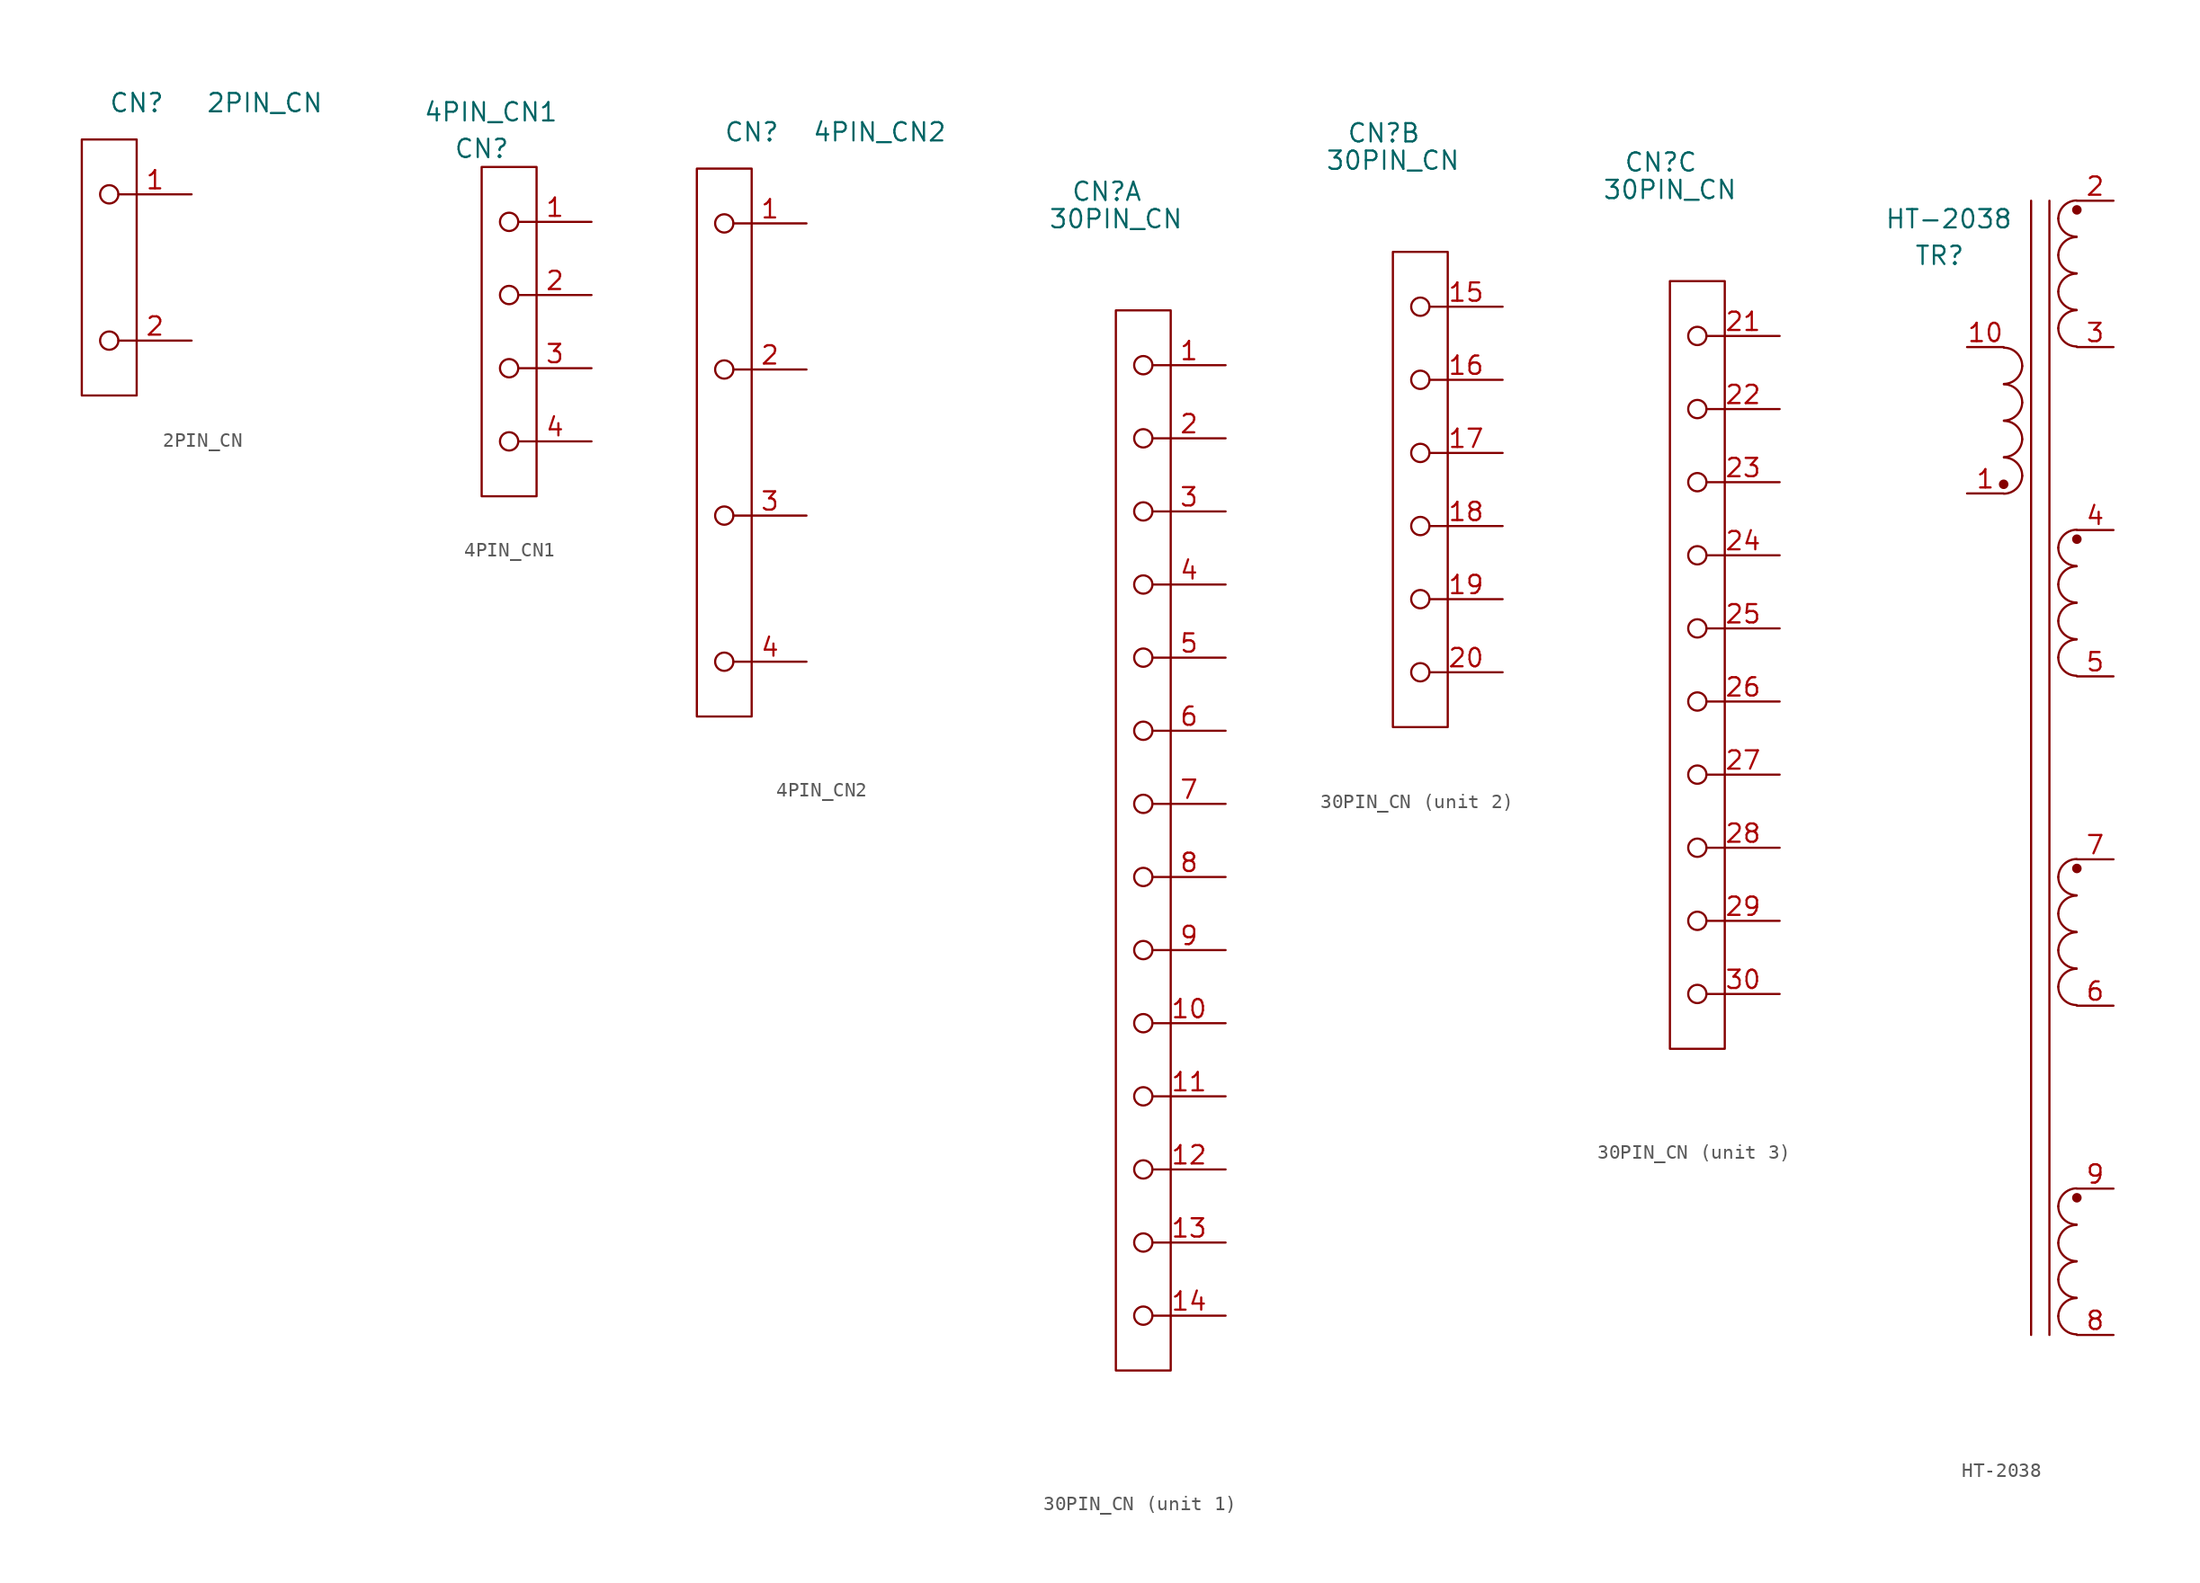
<source format=kicad_sym>
(kicad_symbol_lib
  (version 20241209)
  (generator "kicad_symbol_editor")
  (generator_version "9.0")
  (symbol "2PIN_CN"
    (property "Reference" "CN"
      (at 3.81 2.54 0)
      (effects (font (size 1.27 1.27))))
    (property "Value" "2PIN_CN"
      (at 12.7 2.54 0)
      (effects (font (size 1.27 1.27))))
    (symbol "2PIN_CN_0_0"
      (pin passive line (at 7.62 -3.81 180) (length 5.08) (name "" (effects (font (size 1.27 1.27)))) (number "1" (effects (font (size 1.27 1.27)))))
      (pin passive line (at 7.62 -13.97 180) (length 5.08) (name "" (effects (font (size 1.27 1.27)))) (number "2" (effects (font (size 1.27 1.27))))))
    (symbol "2PIN_CN_0_1"
      (rectangle (start 0 0) (end 3.81 -17.78) (stroke (width 0) (type default)) (fill (type none)))
      (circle (center 1.905 -3.81) (radius 0.635) (stroke (width 0) (type default)) (fill (type none)))
      (circle (center 1.905 -13.97) (radius 0.635) (stroke (width 0) (type default)) (fill (type none)))))
  (symbol "4PIN_CN1"
    (property "Reference" "CN"
      (at 0 1.27 0)
      (effects (font (size 1.27 1.27))))
    (property "Value" "4PIN_CN1"
      (at 0.635 3.81 0)
      (effects (font (size 1.27 1.27))))
    (symbol "4PIN_CN1_0_0"
      (pin passive line (at 7.62 -3.81 180) (length 5.08) (name "" (effects (font (size 1.27 1.27)))) (number "1" (effects (font (size 1.27 1.27)))))
      (pin passive line (at 7.62 -8.89 180) (length 5.08) (name "" (effects (font (size 1.27 1.27)))) (number "2" (effects (font (size 1.27 1.27)))))
      (pin passive line (at 7.62 -13.97 180) (length 5.08) (name "" (effects (font (size 1.27 1.27)))) (number "3" (effects (font (size 1.27 1.27)))))
      (pin passive line (at 7.62 -19.05 180) (length 5.08) (name "" (effects (font (size 1.27 1.27)))) (number "4" (effects (font (size 1.27 1.27))))))
    (symbol "4PIN_CN1_0_1"
      (rectangle (start 0 0) (end 3.81 -22.86) (stroke (width 0) (type default)) (fill (type none)))
      (circle (center 1.905 -3.81) (radius 0.635) (stroke (width 0) (type default)) (fill (type none)))
      (circle (center 1.905 -8.89) (radius 0.635) (stroke (width 0) (type default)) (fill (type none)))
      (circle (center 1.905 -13.97) (radius 0.635) (stroke (width 0) (type default)) (fill (type none)))
      (circle (center 1.905 -19.05) (radius 0.635) (stroke (width 0) (type default)) (fill (type none)))))
  (symbol "4PIN_CN2"
    (property "Reference" "CN"
      (at 3.81 2.54 0)
      (effects (font (size 1.27 1.27))))
    (property "Value" "4PIN_CN2"
      (at 12.7 2.54 0)
      (effects (font (size 1.27 1.27))))
    (symbol "4PIN_CN2_0_0"
      (pin passive line (at 7.62 -3.81 180) (length 5.08) (name "" (effects (font (size 1.27 1.27)))) (number "1" (effects (font (size 1.27 1.27)))))
      (pin passive line (at 7.62 -13.97 180) (length 5.08) (name "" (effects (font (size 1.27 1.27)))) (number "2" (effects (font (size 1.27 1.27)))))
      (pin passive line (at 7.62 -24.13 180) (length 5.08) (name "" (effects (font (size 1.27 1.27)))) (number "3" (effects (font (size 1.27 1.27)))))
      (pin passive line (at 7.62 -34.29 180) (length 5.08) (name "" (effects (font (size 1.27 1.27)))) (number "4" (effects (font (size 1.27 1.27))))))
    (symbol "4PIN_CN2_0_1"
      (rectangle (start 0 0) (end 3.81 -38.1) (stroke (width 0) (type default)) (fill (type none)))
      (circle (center 1.905 -3.81) (radius 0.635) (stroke (width 0) (type default)) (fill (type none)))
      (circle (center 1.905 -13.97) (radius 0.635) (stroke (width 0) (type default)) (fill (type none)))
      (circle (center 1.905 -24.13) (radius 0.635) (stroke (width 0) (type default)) (fill (type none)))
      (circle (center 1.905 -34.29) (radius 0.635) (stroke (width 0) (type default)) (fill (type none)))))
  (symbol "30PIN_CN"
    (property "Reference" "CN"
      (at -0.635 8.255 0)
      (effects (font (size 1.27 1.27))))
    (property "Value" "30PIN_CN"
      (at 0 6.35 0)
      (effects (font (size 1.27 1.27))))
    (property "ki_locked" ""
      (at 0 0 0)
      (effects (font (size 1.27 1.27))))
    (symbol "30PIN_CN_1_0"
      (pin passive line (at 7.62 -3.81 180) (length 5.08) (name "" (effects (font (size 1.27 1.27)))) (number "1" (effects (font (size 1.27 1.27)))))
      (pin passive line (at 7.62 -8.89 180) (length 5.08) (name "" (effects (font (size 1.27 1.27)))) (number "2" (effects (font (size 1.27 1.27)))))
      (pin passive line (at 7.62 -13.97 180) (length 5.08) (name "" (effects (font (size 1.27 1.27)))) (number "3" (effects (font (size 1.27 1.27)))))
      (pin passive line (at 7.62 -19.05 180) (length 5.08) (name "" (effects (font (size 1.27 1.27)))) (number "4" (effects (font (size 1.27 1.27)))))
      (pin passive line (at 7.62 -24.13 180) (length 5.08) (name "" (effects (font (size 1.27 1.27)))) (number "5" (effects (font (size 1.27 1.27)))))
      (pin passive line (at 7.62 -29.21 180) (length 5.08) (name "" (effects (font (size 1.27 1.27)))) (number "6" (effects (font (size 1.27 1.27)))))
      (pin passive line (at 7.62 -34.29 180) (length 5.08) (name "" (effects (font (size 1.27 1.27)))) (number "7" (effects (font (size 1.27 1.27)))))
      (pin passive line (at 7.62 -39.37 180) (length 5.08) (name "" (effects (font (size 1.27 1.27)))) (number "8" (effects (font (size 1.27 1.27)))))
      (pin passive line (at 7.62 -44.45 180) (length 5.08) (name "" (effects (font (size 1.27 1.27)))) (number "9" (effects (font (size 1.27 1.27)))))
      (pin passive line (at 7.62 -49.53 180) (length 5.08) (name "" (effects (font (size 1.27 1.27)))) (number "10" (effects (font (size 1.27 1.27)))))
      (pin passive line (at 7.62 -54.61 180) (length 5.08) (name "" (effects (font (size 1.27 1.27)))) (number "11" (effects (font (size 1.27 1.27)))))
      (pin passive line (at 7.62 -59.69 180) (length 5.08) (name "" (effects (font (size 1.27 1.27)))) (number "12" (effects (font (size 1.27 1.27)))))
      (pin passive line (at 7.62 -64.77 180) (length 5.08) (name "" (effects (font (size 1.27 1.27)))) (number "13" (effects (font (size 1.27 1.27)))))
      (pin passive line (at 7.62 -69.85 180) (length 5.08) (name "" (effects (font (size 1.27 1.27)))) (number "14" (effects (font (size 1.27 1.27))))))
    (symbol "30PIN_CN_1_1"
      (rectangle (start 0 0) (end 3.81 -73.66) (stroke (width 0) (type default)) (fill (type none)))
      (circle (center 1.905 -3.81) (radius 0.635) (stroke (width 0) (type default)) (fill (type none)))
      (circle (center 1.905 -8.89) (radius 0.635) (stroke (width 0) (type default)) (fill (type none)))
      (circle (center 1.905 -13.97) (radius 0.635) (stroke (width 0) (type default)) (fill (type none)))
      (circle (center 1.905 -19.05) (radius 0.635) (stroke (width 0) (type default)) (fill (type none)))
      (circle (center 1.905 -24.13) (radius 0.635) (stroke (width 0) (type default)) (fill (type none)))
      (circle (center 1.905 -29.21) (radius 0.635) (stroke (width 0) (type default)) (fill (type none)))
      (circle (center 1.905 -34.29) (radius 0.635) (stroke (width 0) (type default)) (fill (type none)))
      (circle (center 1.905 -39.37) (radius 0.635) (stroke (width 0) (type default)) (fill (type none)))
      (circle (center 1.905 -44.45) (radius 0.635) (stroke (width 0) (type default)) (fill (type none)))
      (circle (center 1.905 -49.53) (radius 0.635) (stroke (width 0) (type default)) (fill (type none)))
      (circle (center 1.905 -54.61) (radius 0.635) (stroke (width 0) (type default)) (fill (type none)))
      (circle (center 1.905 -59.69) (radius 0.635) (stroke (width 0) (type default)) (fill (type none)))
      (circle (center 1.905 -64.77) (radius 0.635) (stroke (width 0) (type default)) (fill (type none)))
      (circle (center 1.905 -69.85) (radius 0.635) (stroke (width 0) (type default)) (fill (type none))))
    (symbol "30PIN_CN_2_0"
      (pin passive line (at 7.62 -3.81 180) (length 5.08) (name "" (effects (font (size 1.27 1.27)))) (number "15" (effects (font (size 1.27 1.27)))))
      (pin passive line (at 7.62 -8.89 180) (length 5.08) (name "" (effects (font (size 1.27 1.27)))) (number "16" (effects (font (size 1.27 1.27)))))
      (pin passive line (at 7.62 -13.97 180) (length 5.08) (name "" (effects (font (size 1.27 1.27)))) (number "17" (effects (font (size 1.27 1.27)))))
      (pin passive line (at 7.62 -19.05 180) (length 5.08) (name "" (effects (font (size 1.27 1.27)))) (number "18" (effects (font (size 1.27 1.27)))))
      (pin passive line (at 7.62 -24.13 180) (length 5.08) (name "" (effects (font (size 1.27 1.27)))) (number "19" (effects (font (size 1.27 1.27)))))
      (pin passive line (at 7.62 -29.21 180) (length 5.08) (name "" (effects (font (size 1.27 1.27)))) (number "20" (effects (font (size 1.27 1.27))))))
    (symbol "30PIN_CN_2_1"
      (rectangle (start 0 0) (end 3.81 -33.02) (stroke (width 0) (type default)) (fill (type none)))
      (circle (center 1.905 -3.81) (radius 0.635) (stroke (width 0) (type default)) (fill (type none)))
      (circle (center 1.905 -8.89) (radius 0.635) (stroke (width 0) (type default)) (fill (type none)))
      (circle (center 1.905 -13.97) (radius 0.635) (stroke (width 0) (type default)) (fill (type none)))
      (circle (center 1.905 -19.05) (radius 0.635) (stroke (width 0) (type default)) (fill (type none)))
      (circle (center 1.905 -24.13) (radius 0.635) (stroke (width 0) (type default)) (fill (type none)))
      (circle (center 1.905 -29.21) (radius 0.635) (stroke (width 0) (type default)) (fill (type none))))
    (symbol "30PIN_CN_3_0"
      (pin passive line (at 7.62 -3.81 180) (length 5.08) (name "" (effects (font (size 1.27 1.27)))) (number "21" (effects (font (size 1.27 1.27)))))
      (pin passive line (at 7.62 -8.89 180) (length 5.08) (name "" (effects (font (size 1.27 1.27)))) (number "22" (effects (font (size 1.27 1.27)))))
      (pin passive line (at 7.62 -13.97 180) (length 5.08) (name "" (effects (font (size 1.27 1.27)))) (number "23" (effects (font (size 1.27 1.27)))))
      (pin passive line (at 7.62 -19.05 180) (length 5.08) (name "" (effects (font (size 1.27 1.27)))) (number "24" (effects (font (size 1.27 1.27)))))
      (pin passive line (at 7.62 -24.13 180) (length 5.08) (name "" (effects (font (size 1.27 1.27)))) (number "25" (effects (font (size 1.27 1.27)))))
      (pin passive line (at 7.62 -29.21 180) (length 5.08) (name "" (effects (font (size 1.27 1.27)))) (number "26" (effects (font (size 1.27 1.27)))))
      (pin passive line (at 7.62 -34.29 180) (length 5.08) (name "" (effects (font (size 1.27 1.27)))) (number "27" (effects (font (size 1.27 1.27)))))
      (pin passive line (at 7.62 -39.37 180) (length 5.08) (name "" (effects (font (size 1.27 1.27)))) (number "28" (effects (font (size 1.27 1.27)))))
      (pin passive line (at 7.62 -44.45 180) (length 5.08) (name "" (effects (font (size 1.27 1.27)))) (number "29" (effects (font (size 1.27 1.27)))))
      (pin passive line (at 7.62 -49.53 180) (length 5.08) (name "" (effects (font (size 1.27 1.27)))) (number "30" (effects (font (size 1.27 1.27))))))
    (symbol "30PIN_CN_3_1"
      (rectangle (start 0 0) (end 3.81 -53.34) (stroke (width 0) (type default)) (fill (type none)))
      (circle (center 1.905 -3.81) (radius 0.635) (stroke (width 0) (type default)) (fill (type none)))
      (circle (center 1.905 -8.89) (radius 0.635) (stroke (width 0) (type default)) (fill (type none)))
      (circle (center 1.905 -13.97) (radius 0.635) (stroke (width 0) (type default)) (fill (type none)))
      (circle (center 1.905 -19.05) (radius 0.635) (stroke (width 0) (type default)) (fill (type none)))
      (circle (center 1.905 -24.13) (radius 0.635) (stroke (width 0) (type default)) (fill (type none)))
      (circle (center 1.905 -29.21) (radius 0.635) (stroke (width 0) (type default)) (fill (type none)))
      (circle (center 1.905 -34.29) (radius 0.635) (stroke (width 0) (type default)) (fill (type none)))
      (circle (center 1.905 -39.37) (radius 0.635) (stroke (width 0) (type default)) (fill (type none)))
      (circle (center 1.905 -44.45) (radius 0.635) (stroke (width 0) (type default)) (fill (type none)))
      (circle (center 1.905 -49.53) (radius 0.635) (stroke (width 0) (type default)) (fill (type none)))))
  (symbol "HT-2038"
    (property "Reference" "TR"
      (at -4.445 6.35 0)
      (effects (font (size 1.27 1.27))))
    (property "Value" "HT-2038"
      (at -3.81 8.89 0)
      (effects (font (size 1.27 1.27))))
    (symbol "HT-2038_0_1"
      (arc (start 1.2883 -1.3143) (mid 0.9022 -2.1906) (end 0.0183 -2.5589) (stroke (width 0) (type default)) (fill (type none)))
      (arc (start 1.2883 -3.8543) (mid 0.9022 -4.7306) (end 0.0183 -5.0989) (stroke (width 0) (type default)) (fill (type none)))
      (arc (start 1.2883 -6.3943) (mid 0.9022 -7.2706) (end 0.0183 -7.6389) (stroke (width 0) (type default)) (fill (type none)))
      (arc (start 1.2883 -8.9343) (mid 0.9022 -9.8106) (end 0.0183 -10.1789) (stroke (width 0) (type default)) (fill (type none)))
      (circle (center 0 -9.525) (radius 0.254) (stroke (width 0) (type default)) (fill (type outline)))
      (arc (start 0.0183 -0.0443) (mid 0.9163 -0.4163) (end 1.2883 -1.3143) (stroke (width 0) (type default)) (fill (type none)))
      (arc (start 0.0183 -2.5843) (mid 0.9163 -2.9563) (end 1.2883 -3.8543) (stroke (width 0) (type default)) (fill (type none)))
      (arc (start 0.0183 -5.1243) (mid 0.9163 -5.4963) (end 1.2883 -6.3943) (stroke (width 0) (type default)) (fill (type none)))
      (arc (start 0.0183 -7.6643) (mid 0.9163 -8.0363) (end 1.2883 -8.9343) (stroke (width 0) (type default)) (fill (type none)))
      (polyline (pts (xy 1.905 10.16) (xy 1.905 -68.58)) (stroke (width 0) (type default)) (fill (type none)))
      (polyline (pts (xy 3.175 10.16) (xy 3.175 -68.58)) (stroke (width 0) (type default)) (fill (type none)))
      (arc (start 5.0615 7.6645) (mid 4.1636 8.0366) (end 3.7915 8.9345) (stroke (width 0) (type default)) (fill (type none)))
      (arc (start 5.0615 5.1245) (mid 4.1636 5.4966) (end 3.7915 6.3945) (stroke (width 0) (type default)) (fill (type none)))
      (arc (start 5.0615 2.5845) (mid 4.1636 2.9566) (end 3.7915 3.8545) (stroke (width 0) (type default)) (fill (type none)))
      (arc (start 5.0615 0.0445) (mid 4.1636 0.4166) (end 3.7915 1.3145) (stroke (width 0) (type default)) (fill (type none)))
      (arc (start 5.0615 -15.1955) (mid 4.1636 -14.8234) (end 3.7915 -13.9255) (stroke (width 0) (type default)) (fill (type none)))
      (arc (start 5.0615 -17.7355) (mid 4.1636 -17.3634) (end 3.7915 -16.4655) (stroke (width 0) (type default)) (fill (type none)))
      (arc (start 5.0615 -20.2755) (mid 4.1636 -19.9034) (end 3.7915 -19.0055) (stroke (width 0) (type default)) (fill (type none)))
      (arc (start 5.0615 -22.8155) (mid 4.1636 -22.4434) (end 3.7915 -21.5455) (stroke (width 0) (type default)) (fill (type none)))
      (arc (start 5.0615 -38.0555) (mid 4.1636 -37.6834) (end 3.7915 -36.7855) (stroke (width 0) (type default)) (fill (type none)))
      (arc (start 5.0615 -40.5955) (mid 4.1636 -40.2234) (end 3.7915 -39.3255) (stroke (width 0) (type default)) (fill (type none)))
      (arc (start 5.0615 -43.1355) (mid 4.1636 -42.7634) (end 3.7915 -41.8655) (stroke (width 0) (type default)) (fill (type none)))
      (arc (start 5.0615 -45.6755) (mid 4.1636 -45.3034) (end 3.7915 -44.4055) (stroke (width 0) (type default)) (fill (type none)))
      (arc (start 5.0615 -60.9155) (mid 4.1636 -60.5434) (end 3.7915 -59.6455) (stroke (width 0) (type default)) (fill (type none)))
      (arc (start 5.0615 -63.4555) (mid 4.1636 -63.0834) (end 3.7915 -62.1855) (stroke (width 0) (type default)) (fill (type none)))
      (arc (start 5.0615 -65.9955) (mid 4.1636 -65.6234) (end 3.7915 -64.7255) (stroke (width 0) (type default)) (fill (type none)))
      (arc (start 5.0615 -68.5355) (mid 4.1636 -68.1634) (end 3.7915 -67.2655) (stroke (width 0) (type default)) (fill (type none)))
      (circle (center 5.08 9.525) (radius 0.254) (stroke (width 0) (type default)) (fill (type outline)))
      (arc (start 3.7915 8.9345) (mid 4.1776 9.8108) (end 5.0615 10.1791) (stroke (width 0) (type default)) (fill (type none)))
      (arc (start 3.7915 6.3945) (mid 4.1776 7.2708) (end 5.0615 7.6391) (stroke (width 0) (type default)) (fill (type none)))
      (arc (start 3.7915 3.8545) (mid 4.1776 4.7308) (end 5.0615 5.0991) (stroke (width 0) (type default)) (fill (type none)))
      (arc (start 3.7915 1.3145) (mid 4.1776 2.1908) (end 5.0615 2.5591) (stroke (width 0) (type default)) (fill (type none)))
      (circle (center 5.08 -13.335) (radius 0.254) (stroke (width 0) (type default)) (fill (type outline)))
      (arc (start 3.7915 -13.9255) (mid 4.1776 -13.0492) (end 5.0615 -12.6809) (stroke (width 0) (type default)) (fill (type none)))
      (arc (start 3.7915 -16.4655) (mid 4.1776 -15.5892) (end 5.0615 -15.2209) (stroke (width 0) (type default)) (fill (type none)))
      (arc (start 3.7915 -19.0055) (mid 4.1776 -18.1292) (end 5.0615 -17.7609) (stroke (width 0) (type default)) (fill (type none)))
      (arc (start 3.7915 -21.5455) (mid 4.1776 -20.6692) (end 5.0615 -20.3009) (stroke (width 0) (type default)) (fill (type none)))
      (circle (center 5.08 -36.195) (radius 0.254) (stroke (width 0) (type default)) (fill (type outline)))
      (arc (start 3.7915 -36.7855) (mid 4.1776 -35.9092) (end 5.0615 -35.5409) (stroke (width 0) (type default)) (fill (type none)))
      (arc (start 3.7915 -39.3255) (mid 4.1776 -38.4492) (end 5.0615 -38.0809) (stroke (width 0) (type default)) (fill (type none)))
      (arc (start 3.7915 -41.8655) (mid 4.1776 -40.9892) (end 5.0615 -40.6209) (stroke (width 0) (type default)) (fill (type none)))
      (arc (start 3.7915 -44.4055) (mid 4.1776 -43.5292) (end 5.0615 -43.1609) (stroke (width 0) (type default)) (fill (type none)))
      (circle (center 5.08 -59.055) (radius 0.254) (stroke (width 0) (type default)) (fill (type outline)))
      (arc (start 3.7915 -59.6455) (mid 4.1776 -58.7692) (end 5.0615 -58.4009) (stroke (width 0) (type default)) (fill (type none)))
      (arc (start 3.7915 -62.1855) (mid 4.1776 -61.3092) (end 5.0615 -60.9409) (stroke (width 0) (type default)) (fill (type none)))
      (arc (start 3.7915 -64.7255) (mid 4.1776 -63.8492) (end 5.0615 -63.4809) (stroke (width 0) (type default)) (fill (type none)))
      (arc (start 3.7915 -67.2655) (mid 4.1776 -66.3892) (end 5.0615 -66.0209) (stroke (width 0) (type default)) (fill (type none))))
    (symbol "HT-2038_1_1"
      (pin passive line (at -2.54 0 0) (length 2.54) (name "" (effects (font (size 1.27 1.27)))) (number "10" (effects (font (size 1.27 1.27)))))
      (pin passive line (at -2.54 -10.16 0) (length 2.54) (name "" (effects (font (size 1.27 1.27)))) (number "1" (effects (font (size 1.27 1.27)))))
      (pin passive line (at 7.62 10.16 180) (length 2.54) (name "" (effects (font (size 1.27 1.27)))) (number "2" (effects (font (size 1.27 1.27)))))
      (pin passive line (at 7.62 0 180) (length 2.54) (name "" (effects (font (size 1.27 1.27)))) (number "3" (effects (font (size 1.27 1.27)))))
      (pin passive line (at 7.62 -12.7 180) (length 2.54) (name "" (effects (font (size 1.27 1.27)))) (number "4" (effects (font (size 1.27 1.27)))))
      (pin passive line (at 7.62 -22.86 180) (length 2.54) (name "" (effects (font (size 1.27 1.27)))) (number "5" (effects (font (size 1.27 1.27)))))
      (pin passive line (at 7.62 -35.56 180) (length 2.54) (name "" (effects (font (size 1.27 1.27)))) (number "7" (effects (font (size 1.27 1.27)))))
      (pin passive line (at 7.62 -45.72 180) (length 2.54) (name "" (effects (font (size 1.27 1.27)))) (number "6" (effects (font (size 1.27 1.27)))))
      (pin passive line (at 7.62 -58.42 180) (length 2.54) (name "" (effects (font (size 1.27 1.27)))) (number "9" (effects (font (size 1.27 1.27)))))
      (pin passive line (at 7.62 -68.58 180) (length 2.54) (name "" (effects (font (size 1.27 1.27)))) (number "8" (effects (font (size 1.27 1.27))))))))
</source>
